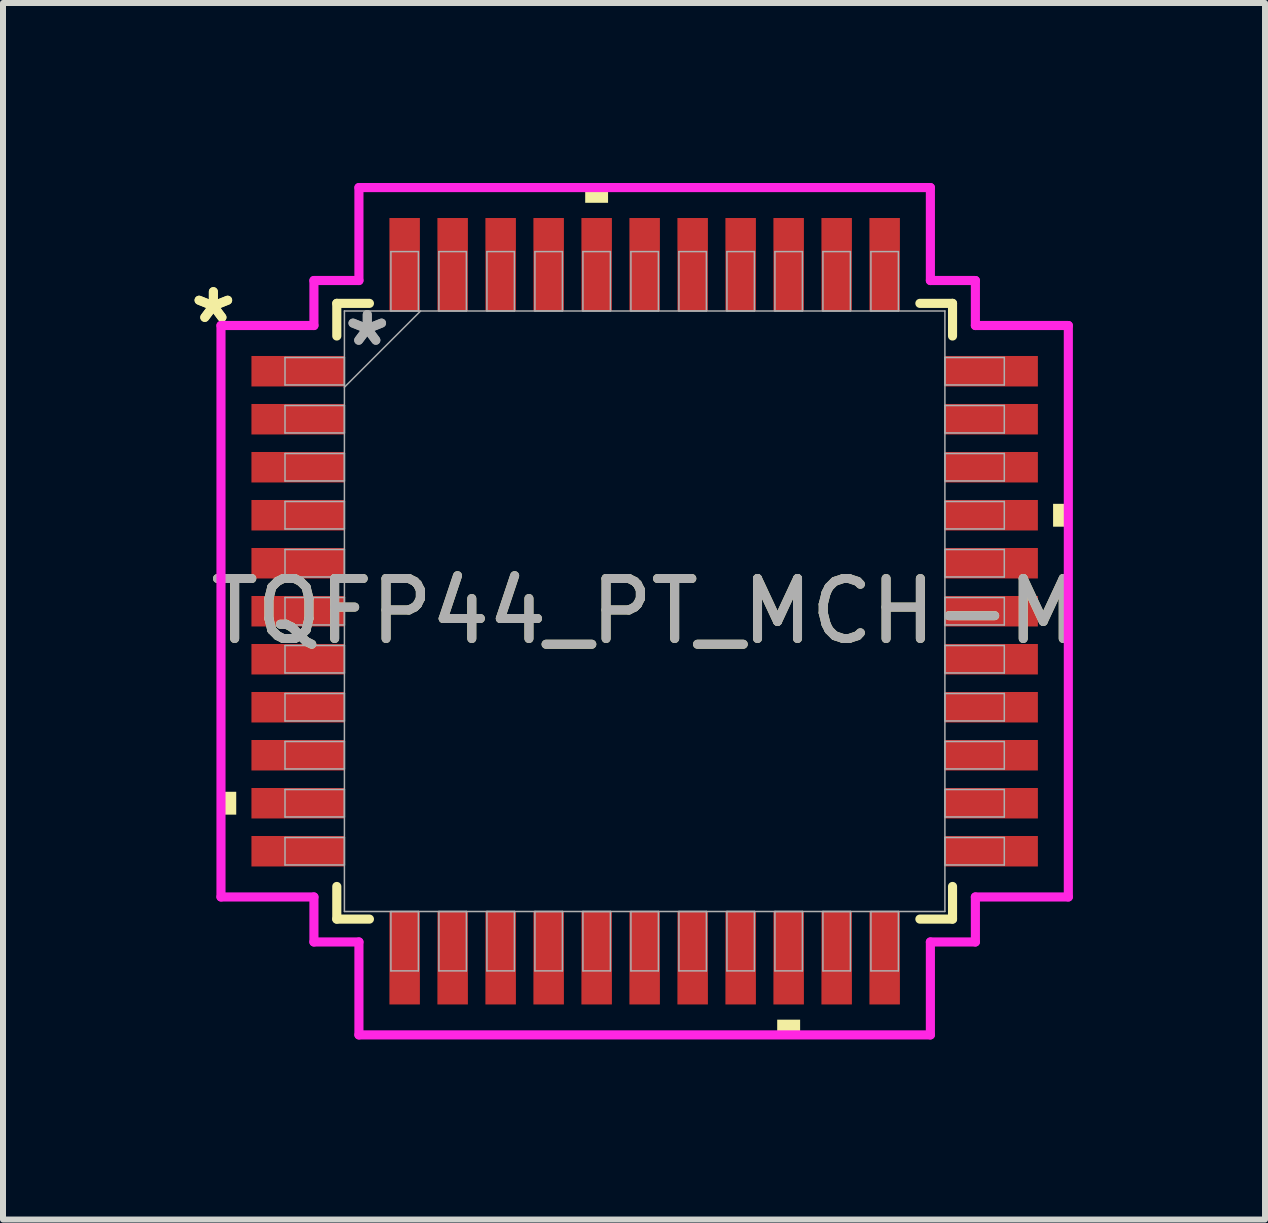
<source format=kicad_pcb>
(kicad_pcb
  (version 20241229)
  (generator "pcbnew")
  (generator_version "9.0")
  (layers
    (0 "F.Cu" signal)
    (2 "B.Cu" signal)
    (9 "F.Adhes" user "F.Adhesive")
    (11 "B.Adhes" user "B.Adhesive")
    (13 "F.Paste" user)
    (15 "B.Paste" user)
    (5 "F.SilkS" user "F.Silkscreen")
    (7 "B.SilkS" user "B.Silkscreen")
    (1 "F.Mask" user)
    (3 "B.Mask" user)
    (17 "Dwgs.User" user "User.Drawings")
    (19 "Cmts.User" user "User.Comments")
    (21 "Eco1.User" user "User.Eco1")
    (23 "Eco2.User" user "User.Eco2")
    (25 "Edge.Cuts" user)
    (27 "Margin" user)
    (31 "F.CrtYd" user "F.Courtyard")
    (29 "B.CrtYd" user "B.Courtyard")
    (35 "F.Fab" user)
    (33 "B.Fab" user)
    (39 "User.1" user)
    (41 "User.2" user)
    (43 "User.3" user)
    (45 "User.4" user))
  (footprint "TQFP44_PT_MCH-M"
    (layer "F.Cu")
    (at 7.694 7.137)
    (property "Reference" "TQFP44_PT_MCH-M" (at 0 0 0) (unlocked yes) (layer "F.SilkS") (effects (font (size 1 1) (thickness 0.15))))
    (attr smd)
    (fp_line (start -5.131 -5.131) (end -5.131 -4.587) (stroke (width 0.152) (type solid)) (layer "F.SilkS"))
    (fp_line (start -5.131 4.587) (end -5.131 5.131) (stroke (width 0.152) (type solid)) (layer "F.SilkS"))
    (fp_line (start -5.131 5.131) (end -4.587 5.131) (stroke (width 0.152) (type solid)) (layer "F.SilkS"))
    (fp_line (start -4.587 -5.131) (end -5.131 -5.131) (stroke (width 0.152) (type solid)) (layer "F.SilkS"))
    (fp_line (start 4.587 5.131) (end 5.131 5.131) (stroke (width 0.152) (type solid)) (layer "F.SilkS"))
    (fp_line (start 5.131 -5.131) (end 4.587 -5.131) (stroke (width 0.152) (type solid)) (layer "F.SilkS"))
    (fp_line (start 5.131 -4.587) (end 5.131 -5.131) (stroke (width 0.152) (type solid)) (layer "F.SilkS"))
    (fp_line (start 5.131 5.131) (end 5.131 4.587) (stroke (width 0.152) (type solid)) (layer "F.SilkS"))
    (fp_poly (pts (xy -7.061 3.009) (xy -7.061 3.39) (xy -6.807 3.39) (xy -6.807 3.009)) (stroke (width 0) (type solid)) (fill yes) (layer "F.SilkS"))
    (fp_poly (pts (xy -0.991 -6.807) (xy -0.991 -7.061) (xy -0.61 -7.061) (xy -0.61 -6.807)) (stroke (width 0) (type solid)) (fill yes) (layer "F.SilkS"))
    (fp_poly (pts (xy 2.209 6.807) (xy 2.209 7.061) (xy 2.591 7.061) (xy 2.591 6.807)) (stroke (width 0) (type solid)) (fill yes) (layer "F.SilkS"))
    (fp_poly (pts (xy 7.061 -1.79) (xy 7.061 -1.409) (xy 6.807 -1.409) (xy 6.807 -1.79)) (stroke (width 0) (type solid)) (fill yes) (layer "F.SilkS"))
    (fp_line (start -7.061 -4.762) (end -5.512 -4.762) (stroke (width 0.152) (type solid)) (layer "F.CrtYd"))
    (fp_line (start -7.061 4.762) (end -7.061 -4.762) (stroke (width 0.152) (type solid)) (layer "F.CrtYd"))
    (fp_line (start -5.512 -5.512) (end -4.762 -5.512) (stroke (width 0.152) (type solid)) (layer "F.CrtYd"))
    (fp_line (start -5.512 -4.762) (end -5.512 -5.512) (stroke (width 0.152) (type solid)) (layer "F.CrtYd"))
    (fp_line (start -5.512 4.762) (end -7.061 4.762) (stroke (width 0.152) (type solid)) (layer "F.CrtYd"))
    (fp_line (start -5.512 5.512) (end -5.512 4.762) (stroke (width 0.152) (type solid)) (layer "F.CrtYd"))
    (fp_line (start -5.512 5.512) (end -4.762 5.512) (stroke (width 0.152) (type solid)) (layer "F.CrtYd"))
    (fp_line (start -4.762 -7.061) (end 4.762 -7.061) (stroke (width 0.152) (type solid)) (layer "F.CrtYd"))
    (fp_line (start -4.762 -5.512) (end -4.762 -7.061) (stroke (width 0.152) (type solid)) (layer "F.CrtYd"))
    (fp_line (start -4.762 5.512) (end -4.762 7.061) (stroke (width 0.152) (type solid)) (layer "F.CrtYd"))
    (fp_line (start -4.762 7.061) (end 4.762 7.061) (stroke (width 0.152) (type solid)) (layer "F.CrtYd"))
    (fp_line (start 4.762 -7.061) (end 4.762 -5.512) (stroke (width 0.152) (type solid)) (layer "F.CrtYd"))
    (fp_line (start 4.762 -5.512) (end 5.512 -5.512) (stroke (width 0.152) (type solid)) (layer "F.CrtYd"))
    (fp_line (start 4.762 5.512) (end 5.512 5.512) (stroke (width 0.152) (type solid)) (layer "F.CrtYd"))
    (fp_line (start 4.762 7.061) (end 4.762 5.512) (stroke (width 0.152) (type solid)) (layer "F.CrtYd"))
    (fp_line (start 5.512 -4.762) (end 5.512 -5.512) (stroke (width 0.152) (type solid)) (layer "F.CrtYd"))
    (fp_line (start 5.512 4.762) (end 7.061 4.762) (stroke (width 0.152) (type solid)) (layer "F.CrtYd"))
    (fp_line (start 5.512 5.512) (end 5.512 4.762) (stroke (width 0.152) (type solid)) (layer "F.CrtYd"))
    (fp_line (start 7.061 -4.762) (end 5.512 -4.762) (stroke (width 0.152) (type solid)) (layer "F.CrtYd"))
    (fp_line (start 7.061 4.762) (end 7.061 -4.762) (stroke (width 0.152) (type solid)) (layer "F.CrtYd"))
    (fp_line (start -5.994 -4.229) (end -5.994 -3.771) (stroke (width 0.025) (type solid)) (layer "F.Fab"))
    (fp_line (start -5.994 -3.771) (end -5.004 -3.771) (stroke (width 0.025) (type solid)) (layer "F.Fab"))
    (fp_line (start -5.994 -3.429) (end -5.994 -2.971) (stroke (width 0.025) (type solid)) (layer "F.Fab"))
    (fp_line (start -5.994 -2.971) (end -5.004 -2.971) (stroke (width 0.025) (type solid)) (layer "F.Fab"))
    (fp_line (start -5.994 -2.629) (end -5.994 -2.171) (stroke (width 0.025) (type solid)) (layer "F.Fab"))
    (fp_line (start -5.994 -2.171) (end -5.004 -2.171) (stroke (width 0.025) (type solid)) (layer "F.Fab"))
    (fp_line (start -5.994 -1.829) (end -5.994 -1.371) (stroke (width 0.025) (type solid)) (layer "F.Fab"))
    (fp_line (start -5.994 -1.371) (end -5.004 -1.371) (stroke (width 0.025) (type solid)) (layer "F.Fab"))
    (fp_line (start -5.994 -1.029) (end -5.994 -0.571) (stroke (width 0.025) (type solid)) (layer "F.Fab"))
    (fp_line (start -5.994 -0.571) (end -5.004 -0.571) (stroke (width 0.025) (type solid)) (layer "F.Fab"))
    (fp_line (start -5.994 -0.229) (end -5.994 0.229) (stroke (width 0.025) (type solid)) (layer "F.Fab"))
    (fp_line (start -5.994 0.229) (end -5.004 0.229) (stroke (width 0.025) (type solid)) (layer "F.Fab"))
    (fp_line (start -5.994 0.571) (end -5.994 1.029) (stroke (width 0.025) (type solid)) (layer "F.Fab"))
    (fp_line (start -5.994 1.029) (end -5.004 1.029) (stroke (width 0.025) (type solid)) (layer "F.Fab"))
    (fp_line (start -5.994 1.371) (end -5.994 1.829) (stroke (width 0.025) (type solid)) (layer "F.Fab"))
    (fp_line (start -5.994 1.829) (end -5.004 1.829) (stroke (width 0.025) (type solid)) (layer "F.Fab"))
    (fp_line (start -5.994 2.171) (end -5.994 2.629) (stroke (width 0.025) (type solid)) (layer "F.Fab"))
    (fp_line (start -5.994 2.629) (end -5.004 2.629) (stroke (width 0.025) (type solid)) (layer "F.Fab"))
    (fp_line (start -5.994 2.971) (end -5.994 3.429) (stroke (width 0.025) (type solid)) (layer "F.Fab"))
    (fp_line (start -5.994 3.429) (end -5.004 3.429) (stroke (width 0.025) (type solid)) (layer "F.Fab"))
    (fp_line (start -5.994 3.771) (end -5.994 4.229) (stroke (width 0.025) (type solid)) (layer "F.Fab"))
    (fp_line (start -5.994 4.229) (end -5.004 4.229) (stroke (width 0.025) (type solid)) (layer "F.Fab"))
    (fp_line (start -5.004 -5.004) (end -5.004 5.004) (stroke (width 0.025) (type solid)) (layer "F.Fab"))
    (fp_line (start -5.004 -4.229) (end -5.994 -4.229) (stroke (width 0.025) (type solid)) (layer "F.Fab"))
    (fp_line (start -5.004 -3.771) (end -5.004 -4.229) (stroke (width 0.025) (type solid)) (layer "F.Fab"))
    (fp_line (start -5.004 -3.734) (end -3.734 -5.004) (stroke (width 0.025) (type solid)) (layer "F.Fab"))
    (fp_line (start -5.004 -3.429) (end -5.994 -3.429) (stroke (width 0.025) (type solid)) (layer "F.Fab"))
    (fp_line (start -5.004 -2.971) (end -5.004 -3.429) (stroke (width 0.025) (type solid)) (layer "F.Fab"))
    (fp_line (start -5.004 -2.629) (end -5.994 -2.629) (stroke (width 0.025) (type solid)) (layer "F.Fab"))
    (fp_line (start -5.004 -2.171) (end -5.004 -2.629) (stroke (width 0.025) (type solid)) (layer "F.Fab"))
    (fp_line (start -5.004 -1.829) (end -5.994 -1.829) (stroke (width 0.025) (type solid)) (layer "F.Fab"))
    (fp_line (start -5.004 -1.371) (end -5.004 -1.829) (stroke (width 0.025) (type solid)) (layer "F.Fab"))
    (fp_line (start -5.004 -1.029) (end -5.994 -1.029) (stroke (width 0.025) (type solid)) (layer "F.Fab"))
    (fp_line (start -5.004 -0.571) (end -5.004 -1.029) (stroke (width 0.025) (type solid)) (layer "F.Fab"))
    (fp_line (start -5.004 -0.229) (end -5.994 -0.229) (stroke (width 0.025) (type solid)) (layer "F.Fab"))
    (fp_line (start -5.004 0.229) (end -5.004 -0.229) (stroke (width 0.025) (type solid)) (layer "F.Fab"))
    (fp_line (start -5.004 0.571) (end -5.994 0.571) (stroke (width 0.025) (type solid)) (layer "F.Fab"))
    (fp_line (start -5.004 1.029) (end -5.004 0.571) (stroke (width 0.025) (type solid)) (layer "F.Fab"))
    (fp_line (start -5.004 1.371) (end -5.994 1.371) (stroke (width 0.025) (type solid)) (layer "F.Fab"))
    (fp_line (start -5.004 1.829) (end -5.004 1.371) (stroke (width 0.025) (type solid)) (layer "F.Fab"))
    (fp_line (start -5.004 2.171) (end -5.994 2.171) (stroke (width 0.025) (type solid)) (layer "F.Fab"))
    (fp_line (start -5.004 2.629) (end -5.004 2.171) (stroke (width 0.025) (type solid)) (layer "F.Fab"))
    (fp_line (start -5.004 2.971) (end -5.994 2.971) (stroke (width 0.025) (type solid)) (layer "F.Fab"))
    (fp_line (start -5.004 3.429) (end -5.004 2.971) (stroke (width 0.025) (type solid)) (layer "F.Fab"))
    (fp_line (start -5.004 3.771) (end -5.994 3.771) (stroke (width 0.025) (type solid)) (layer "F.Fab"))
    (fp_line (start -5.004 4.229) (end -5.004 3.771) (stroke (width 0.025) (type solid)) (layer "F.Fab"))
    (fp_line (start -5.004 5.004) (end 5.004 5.004) (stroke (width 0.025) (type solid)) (layer "F.Fab"))
    (fp_line (start -4.229 5.004) (end -4.229 5.994) (stroke (width 0.025) (type solid)) (layer "F.Fab"))
    (fp_line (start -4.229 5.994) (end -3.771 5.994) (stroke (width 0.025) (type solid)) (layer "F.Fab"))
    (fp_line (start -4.229 -5.994) (end -4.229 -5.004) (stroke (width 0.025) (type solid)) (layer "F.Fab"))
    (fp_line (start -4.229 -5.004) (end -3.771 -5.004) (stroke (width 0.025) (type solid)) (layer "F.Fab"))
    (fp_line (start -3.771 5.004) (end -4.229 5.004) (stroke (width 0.025) (type solid)) (layer "F.Fab"))
    (fp_line (start -3.771 5.994) (end -3.771 5.004) (stroke (width 0.025) (type solid)) (layer "F.Fab"))
    (fp_line (start -3.771 -5.994) (end -4.229 -5.994) (stroke (width 0.025) (type solid)) (layer "F.Fab"))
    (fp_line (start -3.771 -5.004) (end -3.771 -5.994) (stroke (width 0.025) (type solid)) (layer "F.Fab"))
    (fp_line (start -3.429 -5.994) (end -3.429 -5.004) (stroke (width 0.025) (type solid)) (layer "F.Fab"))
    (fp_line (start -3.429 -5.004) (end -2.971 -5.004) (stroke (width 0.025) (type solid)) (layer "F.Fab"))
    (fp_line (start -3.429 5.004) (end -3.429 5.994) (stroke (width 0.025) (type solid)) (layer "F.Fab"))
    (fp_line (start -3.429 5.994) (end -2.971 5.994) (stroke (width 0.025) (type solid)) (layer "F.Fab"))
    (fp_line (start -2.971 -5.994) (end -3.429 -5.994) (stroke (width 0.025) (type solid)) (layer "F.Fab"))
    (fp_line (start -2.971 -5.004) (end -2.971 -5.994) (stroke (width 0.025) (type solid)) (layer "F.Fab"))
    (fp_line (start -2.971 5.004) (end -3.429 5.004) (stroke (width 0.025) (type solid)) (layer "F.Fab"))
    (fp_line (start -2.971 5.994) (end -2.971 5.004) (stroke (width 0.025) (type solid)) (layer "F.Fab"))
    (fp_line (start -2.629 -5.994) (end -2.629 -5.004) (stroke (width 0.025) (type solid)) (layer "F.Fab"))
    (fp_line (start -2.629 -5.004) (end -2.171 -5.004) (stroke (width 0.025) (type solid)) (layer "F.Fab"))
    (fp_line (start -2.629 5.004) (end -2.629 5.994) (stroke (width 0.025) (type solid)) (layer "F.Fab"))
    (fp_line (start -2.629 5.994) (end -2.171 5.994) (stroke (width 0.025) (type solid)) (layer "F.Fab"))
    (fp_line (start -2.171 -5.994) (end -2.629 -5.994) (stroke (width 0.025) (type solid)) (layer "F.Fab"))
    (fp_line (start -2.171 -5.004) (end -2.171 -5.994) (stroke (width 0.025) (type solid)) (layer "F.Fab"))
    (fp_line (start -2.171 5.004) (end -2.629 5.004) (stroke (width 0.025) (type solid)) (layer "F.Fab"))
    (fp_line (start -2.171 5.994) (end -2.171 5.004) (stroke (width 0.025) (type solid)) (layer "F.Fab"))
    (fp_line (start -1.829 -5.994) (end -1.829 -5.004) (stroke (width 0.025) (type solid)) (layer "F.Fab"))
    (fp_line (start -1.829 -5.004) (end -1.371 -5.004) (stroke (width 0.025) (type solid)) (layer "F.Fab"))
    (fp_line (start -1.829 5.004) (end -1.829 5.994) (stroke (width 0.025) (type solid)) (layer "F.Fab"))
    (fp_line (start -1.829 5.994) (end -1.371 5.994) (stroke (width 0.025) (type solid)) (layer "F.Fab"))
    (fp_line (start -1.371 -5.994) (end -1.829 -5.994) (stroke (width 0.025) (type solid)) (layer "F.Fab"))
    (fp_line (start -1.371 -5.004) (end -1.371 -5.994) (stroke (width 0.025) (type solid)) (layer "F.Fab"))
    (fp_line (start -1.371 5.004) (end -1.829 5.004) (stroke (width 0.025) (type solid)) (layer "F.Fab"))
    (fp_line (start -1.371 5.994) (end -1.371 5.004) (stroke (width 0.025) (type solid)) (layer "F.Fab"))
    (fp_line (start -1.029 -5.994) (end -1.029 -5.004) (stroke (width 0.025) (type solid)) (layer "F.Fab"))
    (fp_line (start -1.029 -5.004) (end -0.571 -5.004) (stroke (width 0.025) (type solid)) (layer "F.Fab"))
    (fp_line (start -1.029 5.004) (end -1.029 5.994) (stroke (width 0.025) (type solid)) (layer "F.Fab"))
    (fp_line (start -1.029 5.994) (end -0.571 5.994) (stroke (width 0.025) (type solid)) (layer "F.Fab"))
    (fp_line (start -0.571 -5.994) (end -1.029 -5.994) (stroke (width 0.025) (type solid)) (layer "F.Fab"))
    (fp_line (start -0.571 -5.004) (end -0.571 -5.994) (stroke (width 0.025) (type solid)) (layer "F.Fab"))
    (fp_line (start -0.571 5.004) (end -1.029 5.004) (stroke (width 0.025) (type solid)) (layer "F.Fab"))
    (fp_line (start -0.571 5.994) (end -0.571 5.004) (stroke (width 0.025) (type solid)) (layer "F.Fab"))
    (fp_line (start -0.229 -5.994) (end -0.229 -5.004) (stroke (width 0.025) (type solid)) (layer "F.Fab"))
    (fp_line (start -0.229 -5.004) (end 0.229 -5.004) (stroke (width 0.025) (type solid)) (layer "F.Fab"))
    (fp_line (start -0.229 5.004) (end -0.229 5.994) (stroke (width 0.025) (type solid)) (layer "F.Fab"))
    (fp_line (start -0.229 5.994) (end 0.229 5.994) (stroke (width 0.025) (type solid)) (layer "F.Fab"))
    (fp_line (start 0.229 -5.994) (end -0.229 -5.994) (stroke (width 0.025) (type solid)) (layer "F.Fab"))
    (fp_line (start 0.229 -5.004) (end 0.229 -5.994) (stroke (width 0.025) (type solid)) (layer "F.Fab"))
    (fp_line (start 0.229 5.004) (end -0.229 5.004) (stroke (width 0.025) (type solid)) (layer "F.Fab"))
    (fp_line (start 0.229 5.994) (end 0.229 5.004) (stroke (width 0.025) (type solid)) (layer "F.Fab"))
    (fp_line (start 0.571 -5.994) (end 0.571 -5.004) (stroke (width 0.025) (type solid)) (layer "F.Fab"))
    (fp_line (start 0.571 -5.004) (end 1.029 -5.004) (stroke (width 0.025) (type solid)) (layer "F.Fab"))
    (fp_line (start 0.571 5.004) (end 0.571 5.994) (stroke (width 0.025) (type solid)) (layer "F.Fab"))
    (fp_line (start 0.571 5.994) (end 1.029 5.994) (stroke (width 0.025) (type solid)) (layer "F.Fab"))
    (fp_line (start 1.029 -5.994) (end 0.571 -5.994) (stroke (width 0.025) (type solid)) (layer "F.Fab"))
    (fp_line (start 1.029 -5.004) (end 1.029 -5.994) (stroke (width 0.025) (type solid)) (layer "F.Fab"))
    (fp_line (start 1.029 5.004) (end 0.571 5.004) (stroke (width 0.025) (type solid)) (layer "F.Fab"))
    (fp_line (start 1.029 5.994) (end 1.029 5.004) (stroke (width 0.025) (type solid)) (layer "F.Fab"))
    (fp_line (start 1.371 -5.994) (end 1.371 -5.004) (stroke (width 0.025) (type solid)) (layer "F.Fab"))
    (fp_line (start 1.371 -5.004) (end 1.829 -5.004) (stroke (width 0.025) (type solid)) (layer "F.Fab"))
    (fp_line (start 1.371 5.004) (end 1.371 5.994) (stroke (width 0.025) (type solid)) (layer "F.Fab"))
    (fp_line (start 1.371 5.994) (end 1.829 5.994) (stroke (width 0.025) (type solid)) (layer "F.Fab"))
    (fp_line (start 1.829 -5.994) (end 1.371 -5.994) (stroke (width 0.025) (type solid)) (layer "F.Fab"))
    (fp_line (start 1.829 -5.004) (end 1.829 -5.994) (stroke (width 0.025) (type solid)) (layer "F.Fab"))
    (fp_line (start 1.829 5.004) (end 1.371 5.004) (stroke (width 0.025) (type solid)) (layer "F.Fab"))
    (fp_line (start 1.829 5.994) (end 1.829 5.004) (stroke (width 0.025) (type solid)) (layer "F.Fab"))
    (fp_line (start 2.171 -5.994) (end 2.171 -5.004) (stroke (width 0.025) (type solid)) (layer "F.Fab"))
    (fp_line (start 2.171 -5.004) (end 2.629 -5.004) (stroke (width 0.025) (type solid)) (layer "F.Fab"))
    (fp_line (start 2.171 5.004) (end 2.171 5.994) (stroke (width 0.025) (type solid)) (layer "F.Fab"))
    (fp_line (start 2.171 5.994) (end 2.629 5.994) (stroke (width 0.025) (type solid)) (layer "F.Fab"))
    (fp_line (start 2.629 -5.994) (end 2.171 -5.994) (stroke (width 0.025) (type solid)) (layer "F.Fab"))
    (fp_line (start 2.629 -5.004) (end 2.629 -5.994) (stroke (width 0.025) (type solid)) (layer "F.Fab"))
    (fp_line (start 2.629 5.004) (end 2.171 5.004) (stroke (width 0.025) (type solid)) (layer "F.Fab"))
    (fp_line (start 2.629 5.994) (end 2.629 5.004) (stroke (width 0.025) (type solid)) (layer "F.Fab"))
    (fp_line (start 2.971 -5.994) (end 2.971 -5.004) (stroke (width 0.025) (type solid)) (layer "F.Fab"))
    (fp_line (start 2.971 -5.004) (end 3.429 -5.004) (stroke (width 0.025) (type solid)) (layer "F.Fab"))
    (fp_line (start 2.971 5.004) (end 2.971 5.994) (stroke (width 0.025) (type solid)) (layer "F.Fab"))
    (fp_line (start 2.971 5.994) (end 3.429 5.994) (stroke (width 0.025) (type solid)) (layer "F.Fab"))
    (fp_line (start 3.429 -5.994) (end 2.971 -5.994) (stroke (width 0.025) (type solid)) (layer "F.Fab"))
    (fp_line (start 3.429 -5.004) (end 3.429 -5.994) (stroke (width 0.025) (type solid)) (layer "F.Fab"))
    (fp_line (start 3.429 5.004) (end 2.971 5.004) (stroke (width 0.025) (type solid)) (layer "F.Fab"))
    (fp_line (start 3.429 5.994) (end 3.429 5.004) (stroke (width 0.025) (type solid)) (layer "F.Fab"))
    (fp_line (start 3.771 5.004) (end 3.771 5.994) (stroke (width 0.025) (type solid)) (layer "F.Fab"))
    (fp_line (start 3.771 5.994) (end 4.229 5.994) (stroke (width 0.025) (type solid)) (layer "F.Fab"))
    (fp_line (start 3.771 -5.994) (end 3.771 -5.004) (stroke (width 0.025) (type solid)) (layer "F.Fab"))
    (fp_line (start 3.771 -5.004) (end 4.229 -5.004) (stroke (width 0.025) (type solid)) (layer "F.Fab"))
    (fp_line (start 4.229 5.004) (end 3.771 5.004) (stroke (width 0.025) (type solid)) (layer "F.Fab"))
    (fp_line (start 4.229 5.994) (end 4.229 5.004) (stroke (width 0.025) (type solid)) (layer "F.Fab"))
    (fp_line (start 4.229 -5.994) (end 3.771 -5.994) (stroke (width 0.025) (type solid)) (layer "F.Fab"))
    (fp_line (start 4.229 -5.004) (end 4.229 -5.994) (stroke (width 0.025) (type solid)) (layer "F.Fab"))
    (fp_line (start 5.004 -5.004) (end -5.004 -5.004) (stroke (width 0.025) (type solid)) (layer "F.Fab"))
    (fp_line (start 5.004 -4.229) (end 5.004 -3.771) (stroke (width 0.025) (type solid)) (layer "F.Fab"))
    (fp_line (start 5.004 -3.771) (end 5.994 -3.771) (stroke (width 0.025) (type solid)) (layer "F.Fab"))
    (fp_line (start 5.004 -3.429) (end 5.004 -2.971) (stroke (width 0.025) (type solid)) (layer "F.Fab"))
    (fp_line (start 5.004 -2.971) (end 5.994 -2.971) (stroke (width 0.025) (type solid)) (layer "F.Fab"))
    (fp_line (start 5.004 -2.629) (end 5.004 -2.171) (stroke (width 0.025) (type solid)) (layer "F.Fab"))
    (fp_line (start 5.004 -2.171) (end 5.994 -2.171) (stroke (width 0.025) (type solid)) (layer "F.Fab"))
    (fp_line (start 5.004 -1.829) (end 5.004 -1.371) (stroke (width 0.025) (type solid)) (layer "F.Fab"))
    (fp_line (start 5.004 -1.371) (end 5.994 -1.371) (stroke (width 0.025) (type solid)) (layer "F.Fab"))
    (fp_line (start 5.004 -1.029) (end 5.004 -0.571) (stroke (width 0.025) (type solid)) (layer "F.Fab"))
    (fp_line (start 5.004 -0.571) (end 5.994 -0.571) (stroke (width 0.025) (type solid)) (layer "F.Fab"))
    (fp_line (start 5.004 -0.229) (end 5.004 0.229) (stroke (width 0.025) (type solid)) (layer "F.Fab"))
    (fp_line (start 5.004 0.229) (end 5.994 0.229) (stroke (width 0.025) (type solid)) (layer "F.Fab"))
    (fp_line (start 5.004 0.571) (end 5.004 1.029) (stroke (width 0.025) (type solid)) (layer "F.Fab"))
    (fp_line (start 5.004 1.029) (end 5.994 1.029) (stroke (width 0.025) (type solid)) (layer "F.Fab"))
    (fp_line (start 5.004 1.371) (end 5.004 1.829) (stroke (width 0.025) (type solid)) (layer "F.Fab"))
    (fp_line (start 5.004 1.829) (end 5.994 1.829) (stroke (width 0.025) (type solid)) (layer "F.Fab"))
    (fp_line (start 5.004 2.171) (end 5.004 2.629) (stroke (width 0.025) (type solid)) (layer "F.Fab"))
    (fp_line (start 5.004 2.629) (end 5.994 2.629) (stroke (width 0.025) (type solid)) (layer "F.Fab"))
    (fp_line (start 5.004 2.971) (end 5.004 3.429) (stroke (width 0.025) (type solid)) (layer "F.Fab"))
    (fp_line (start 5.004 3.429) (end 5.994 3.429) (stroke (width 0.025) (type solid)) (layer "F.Fab"))
    (fp_line (start 5.004 3.771) (end 5.004 4.229) (stroke (width 0.025) (type solid)) (layer "F.Fab"))
    (fp_line (start 5.004 4.229) (end 5.994 4.229) (stroke (width 0.025) (type solid)) (layer "F.Fab"))
    (fp_line (start 5.004 5.004) (end 5.004 -5.004) (stroke (width 0.025) (type solid)) (layer "F.Fab"))
    (fp_line (start 5.994 -4.229) (end 5.004 -4.229) (stroke (width 0.025) (type solid)) (layer "F.Fab"))
    (fp_line (start 5.994 -3.771) (end 5.994 -4.229) (stroke (width 0.025) (type solid)) (layer "F.Fab"))
    (fp_line (start 5.994 -3.429) (end 5.004 -3.429) (stroke (width 0.025) (type solid)) (layer "F.Fab"))
    (fp_line (start 5.994 -2.971) (end 5.994 -3.429) (stroke (width 0.025) (type solid)) (layer "F.Fab"))
    (fp_line (start 5.994 -2.629) (end 5.004 -2.629) (stroke (width 0.025) (type solid)) (layer "F.Fab"))
    (fp_line (start 5.994 -2.171) (end 5.994 -2.629) (stroke (width 0.025) (type solid)) (layer "F.Fab"))
    (fp_line (start 5.994 -1.829) (end 5.004 -1.829) (stroke (width 0.025) (type solid)) (layer "F.Fab"))
    (fp_line (start 5.994 -1.371) (end 5.994 -1.829) (stroke (width 0.025) (type solid)) (layer "F.Fab"))
    (fp_line (start 5.994 -1.029) (end 5.004 -1.029) (stroke (width 0.025) (type solid)) (layer "F.Fab"))
    (fp_line (start 5.994 -0.571) (end 5.994 -1.029) (stroke (width 0.025) (type solid)) (layer "F.Fab"))
    (fp_line (start 5.994 -0.229) (end 5.004 -0.229) (stroke (width 0.025) (type solid)) (layer "F.Fab"))
    (fp_line (start 5.994 0.229) (end 5.994 -0.229) (stroke (width 0.025) (type solid)) (layer "F.Fab"))
    (fp_line (start 5.994 0.571) (end 5.004 0.571) (stroke (width 0.025) (type solid)) (layer "F.Fab"))
    (fp_line (start 5.994 1.029) (end 5.994 0.571) (stroke (width 0.025) (type solid)) (layer "F.Fab"))
    (fp_line (start 5.994 1.371) (end 5.004 1.371) (stroke (width 0.025) (type solid)) (layer "F.Fab"))
    (fp_line (start 5.994 1.829) (end 5.994 1.371) (stroke (width 0.025) (type solid)) (layer "F.Fab"))
    (fp_line (start 5.994 2.171) (end 5.004 2.171) (stroke (width 0.025) (type solid)) (layer "F.Fab"))
    (fp_line (start 5.994 2.629) (end 5.994 2.171) (stroke (width 0.025) (type solid)) (layer "F.Fab"))
    (fp_line (start 5.994 2.971) (end 5.004 2.971) (stroke (width 0.025) (type solid)) (layer "F.Fab"))
    (fp_line (start 5.994 3.429) (end 5.994 2.971) (stroke (width 0.025) (type solid)) (layer "F.Fab"))
    (fp_line (start 5.994 3.771) (end 5.004 3.771) (stroke (width 0.025) (type solid)) (layer "F.Fab"))
    (fp_line (start 5.994 4.229) (end 5.994 3.771) (stroke (width 0.025) (type solid)) (layer "F.Fab"))
    (fp_text user "*" (at -7.188 -4.781 0) (layer "F.SilkS") (effects (font (size 1 1) (thickness 0.15))))
    (fp_text user "*" (at -7.188 -4.781 0) (unlocked yes) (layer "F.SilkS") (effects (font (size 1 1) (thickness 0.15))))
    (fp_text user "${REFERENCE}" (at 0 0 0) (unlocked yes) (layer "F.Fab") (effects (font (size 1 1) (thickness 0.15))))
    (fp_text user "*" (at -4.623 -4.4 0) (layer "F.Fab") (effects (font (size 1 1) (thickness 0.15))))
    (fp_text user "*" (at -4.623 -4.4 0) (unlocked yes) (layer "F.Fab") (effects (font (size 1 1) (thickness 0.15))))
    (pad "1" smd rect (at -5.779 -4 90) (size 0.508 1.549) (layers "F.Cu" "F.Mask" "F.Paste"))
    (pad "2" smd rect (at -5.779 -3.2 90) (size 0.508 1.549) (layers "F.Cu" "F.Mask" "F.Paste"))
    (pad "3" smd rect (at -5.779 -2.4 90) (size 0.508 1.549) (layers "F.Cu" "F.Mask" "F.Paste"))
    (pad "4" smd rect (at -5.779 -1.6 90) (size 0.508 1.549) (layers "F.Cu" "F.Mask" "F.Paste"))
    (pad "5" smd rect (at -5.779 -0.8 90) (size 0.508 1.549) (layers "F.Cu" "F.Mask" "F.Paste"))
    (pad "6" smd rect (at -5.779 0 90) (size 0.508 1.549) (layers "F.Cu" "F.Mask" "F.Paste"))
    (pad "7" smd rect (at -5.779 0.8 90) (size 0.508 1.549) (layers "F.Cu" "F.Mask" "F.Paste"))
    (pad "8" smd rect (at -5.779 1.6 90) (size 0.508 1.549) (layers "F.Cu" "F.Mask" "F.Paste"))
    (pad "9" smd rect (at -5.779 2.4 90) (size 0.508 1.549) (layers "F.Cu" "F.Mask" "F.Paste"))
    (pad "10" smd rect (at -5.779 3.2 90) (size 0.508 1.549) (layers "F.Cu" "F.Mask" "F.Paste"))
    (pad "11" smd rect (at -5.779 4 90) (size 0.508 1.549) (layers "F.Cu" "F.Mask" "F.Paste"))
    (pad "12" smd rect (at -4 5.779) (size 0.508 1.549) (layers "F.Cu" "F.Mask" "F.Paste"))
    (pad "13" smd rect (at -3.2 5.779) (size 0.508 1.549) (layers "F.Cu" "F.Mask" "F.Paste"))
    (pad "14" smd rect (at -2.4 5.779) (size 0.508 1.549) (layers "F.Cu" "F.Mask" "F.Paste"))
    (pad "15" smd rect (at -1.6 5.779) (size 0.508 1.549) (layers "F.Cu" "F.Mask" "F.Paste"))
    (pad "16" smd rect (at -0.8 5.779) (size 0.508 1.549) (layers "F.Cu" "F.Mask" "F.Paste"))
    (pad "17" smd rect (at 0 5.779) (size 0.508 1.549) (layers "F.Cu" "F.Mask" "F.Paste"))
    (pad "18" smd rect (at 0.8 5.779) (size 0.508 1.549) (layers "F.Cu" "F.Mask" "F.Paste"))
    (pad "19" smd rect (at 1.6 5.779) (size 0.508 1.549) (layers "F.Cu" "F.Mask" "F.Paste"))
    (pad "20" smd rect (at 2.4 5.779) (size 0.508 1.549) (layers "F.Cu" "F.Mask" "F.Paste"))
    (pad "21" smd rect (at 3.2 5.779) (size 0.508 1.549) (layers "F.Cu" "F.Mask" "F.Paste"))
    (pad "22" smd rect (at 4 5.779) (size 0.508 1.549) (layers "F.Cu" "F.Mask" "F.Paste"))
    (pad "23" smd rect (at 5.779 4 90) (size 0.508 1.549) (layers "F.Cu" "F.Mask" "F.Paste"))
    (pad "24" smd rect (at 5.779 3.2 90) (size 0.508 1.549) (layers "F.Cu" "F.Mask" "F.Paste"))
    (pad "25" smd rect (at 5.779 2.4 90) (size 0.508 1.549) (layers "F.Cu" "F.Mask" "F.Paste"))
    (pad "26" smd rect (at 5.779 1.6 90) (size 0.508 1.549) (layers "F.Cu" "F.Mask" "F.Paste"))
    (pad "27" smd rect (at 5.779 0.8 90) (size 0.508 1.549) (layers "F.Cu" "F.Mask" "F.Paste"))
    (pad "28" smd rect (at 5.779 0 90) (size 0.508 1.549) (layers "F.Cu" "F.Mask" "F.Paste"))
    (pad "29" smd rect (at 5.779 -0.8 90) (size 0.508 1.549) (layers "F.Cu" "F.Mask" "F.Paste"))
    (pad "30" smd rect (at 5.779 -1.6 90) (size 0.508 1.549) (layers "F.Cu" "F.Mask" "F.Paste"))
    (pad "31" smd rect (at 5.779 -2.4 90) (size 0.508 1.549) (layers "F.Cu" "F.Mask" "F.Paste"))
    (pad "32" smd rect (at 5.779 -3.2 90) (size 0.508 1.549) (layers "F.Cu" "F.Mask" "F.Paste"))
    (pad "33" smd rect (at 5.779 -4 90) (size 0.508 1.549) (layers "F.Cu" "F.Mask" "F.Paste"))
    (pad "34" smd rect (at 4 -5.779) (size 0.508 1.549) (layers "F.Cu" "F.Mask" "F.Paste"))
    (pad "35" smd rect (at 3.2 -5.779) (size 0.508 1.549) (layers "F.Cu" "F.Mask" "F.Paste"))
    (pad "36" smd rect (at 2.4 -5.779) (size 0.508 1.549) (layers "F.Cu" "F.Mask" "F.Paste"))
    (pad "37" smd rect (at 1.6 -5.779) (size 0.508 1.549) (layers "F.Cu" "F.Mask" "F.Paste"))
    (pad "38" smd rect (at 0.8 -5.779) (size 0.508 1.549) (layers "F.Cu" "F.Mask" "F.Paste"))
    (pad "39" smd rect (at 0 -5.779) (size 0.508 1.549) (layers "F.Cu" "F.Mask" "F.Paste"))
    (pad "40" smd rect (at -0.8 -5.779) (size 0.508 1.549) (layers "F.Cu" "F.Mask" "F.Paste"))
    (pad "41" smd rect (at -1.6 -5.779) (size 0.508 1.549) (layers "F.Cu" "F.Mask" "F.Paste"))
    (pad "42" smd rect (at -2.4 -5.779) (size 0.508 1.549) (layers "F.Cu" "F.Mask" "F.Paste"))
    (pad "43" smd rect (at -3.2 -5.779) (size 0.508 1.549) (layers "F.Cu" "F.Mask" "F.Paste"))
    (pad "44" smd rect (at -4 -5.779) (size 0.508 1.549) (layers "F.Cu" "F.Mask" "F.Paste")))
  (gr_rect
    (start -3 -3)
    (end 18.033 17.275)
    (stroke (width 0.1) (type default))
    (fill no)
    (layer "Edge.Cuts")))
</source>
